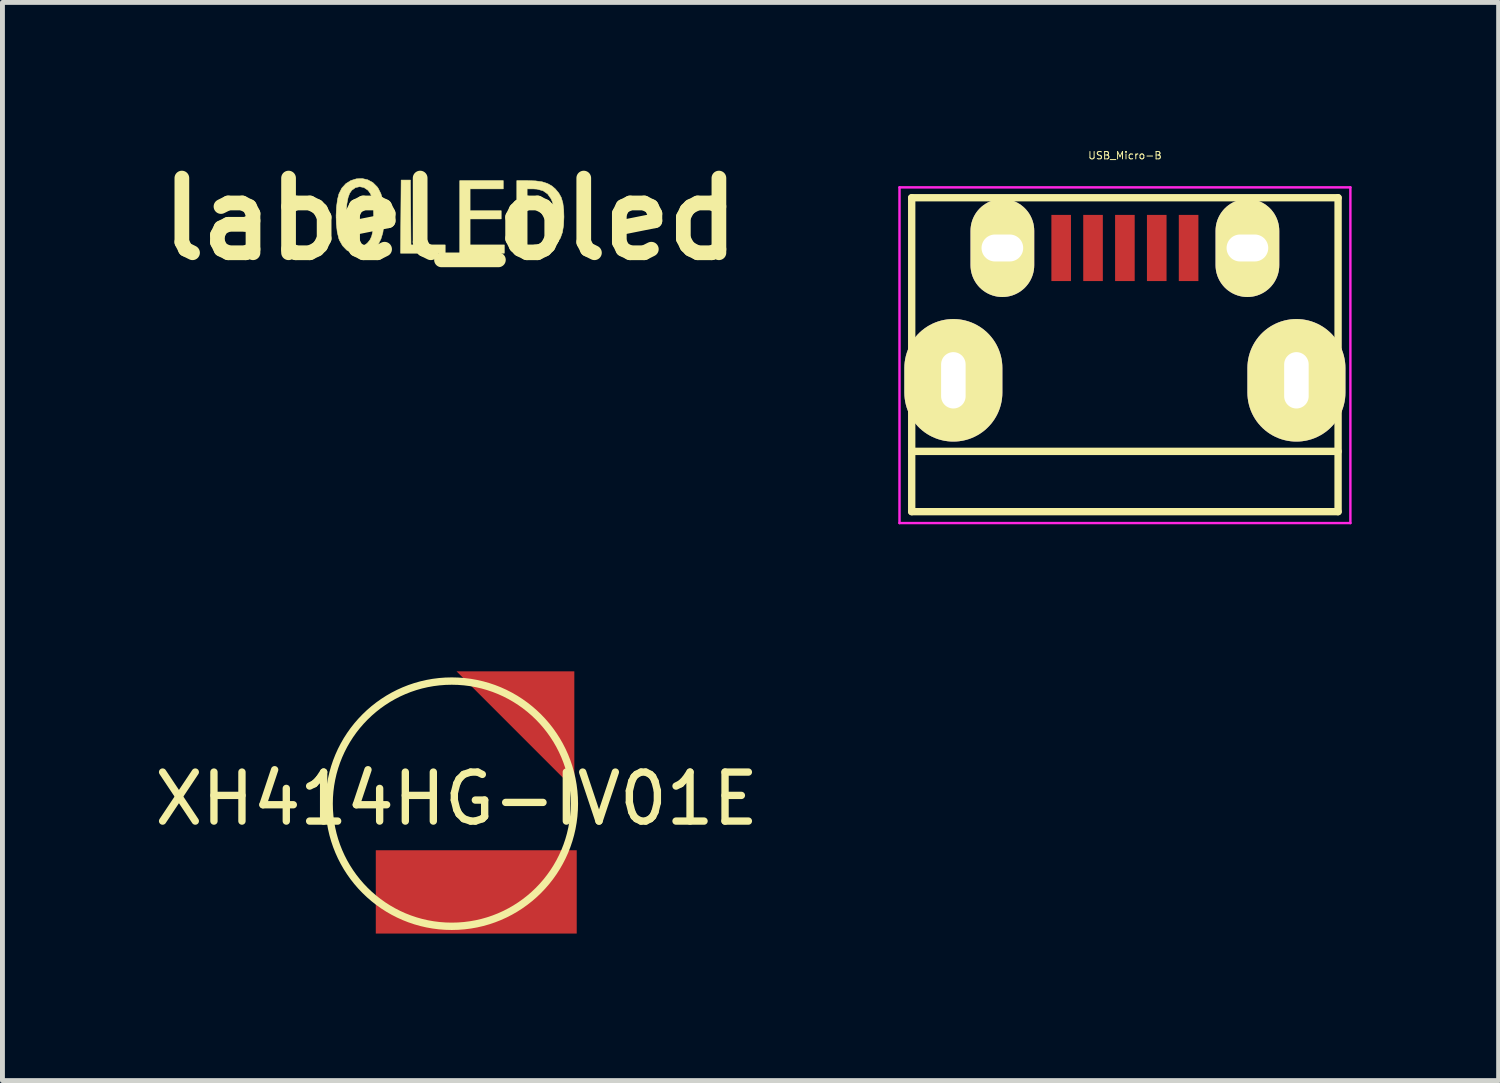
<source format=kicad_pcb>
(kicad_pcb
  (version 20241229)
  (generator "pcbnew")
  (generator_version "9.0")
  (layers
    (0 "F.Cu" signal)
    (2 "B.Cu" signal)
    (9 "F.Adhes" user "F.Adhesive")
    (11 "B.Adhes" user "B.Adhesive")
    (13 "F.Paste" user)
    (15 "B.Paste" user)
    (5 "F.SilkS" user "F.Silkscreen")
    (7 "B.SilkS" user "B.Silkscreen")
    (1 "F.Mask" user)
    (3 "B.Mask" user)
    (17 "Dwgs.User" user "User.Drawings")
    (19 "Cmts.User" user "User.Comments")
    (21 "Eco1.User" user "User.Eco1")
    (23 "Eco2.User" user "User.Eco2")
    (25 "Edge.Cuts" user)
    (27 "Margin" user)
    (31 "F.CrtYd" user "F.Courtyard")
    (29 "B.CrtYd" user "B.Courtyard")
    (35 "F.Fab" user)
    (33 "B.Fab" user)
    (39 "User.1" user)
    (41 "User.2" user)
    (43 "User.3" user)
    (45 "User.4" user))
  (footprint "USB_Micro-B"
    (layer "F.Cu")
    (at 19.904 3.573)
    (property "Reference" "USB_Micro-B" (at 0 -3.45 0) (layer "F.SilkS") (effects (font (size 0.15 0.15) (thickness 0.02))))
    (attr smd)
    (fp_line (start -4.351 -2.588) (end 4.349 -2.588) (stroke (width 0.15) (type solid)) (layer "F.SilkS"))
    (fp_line (start -4.351 3.817) (end -4.351 -2.588) (stroke (width 0.15) (type solid)) (layer "F.SilkS"))
    (fp_line (start -4.351 3.817) (end 4.349 3.817) (stroke (width 0.15) (type solid)) (layer "F.SilkS"))
    (fp_line (start 4.349 -2.588) (end 4.349 3.817) (stroke (width 0.15) (type solid)) (layer "F.SilkS"))
    (fp_line (start 4.349 2.587) (end -4.351 2.587) (stroke (width 0.15) (type solid)) (layer "F.SilkS"))
    (fp_line (start -4.6 -2.8) (end 4.6 -2.8) (stroke (width 0.05) (type solid)) (layer "F.CrtYd"))
    (fp_line (start -4.6 4.05) (end -4.6 -2.8) (stroke (width 0.05) (type solid)) (layer "F.CrtYd"))
    (fp_line (start 4.6 -2.8) (end 4.6 4.05) (stroke (width 0.05) (type solid)) (layer "F.CrtYd"))
    (fp_line (start 4.6 4.05) (end -4.6 4.05) (stroke (width 0.05) (type solid)) (layer "F.CrtYd"))
    (pad "1" smd rect (at -1.301 -1.563 90) (size 1.35 0.4) (layers "F.Cu" "F.Mask" "F.Paste"))
    (pad "2" smd rect (at -0.651 -1.563 90) (size 1.35 0.4) (layers "F.Cu" "F.Mask" "F.Paste"))
    (pad "3" smd rect (at -0.001 -1.563 90) (size 1.35 0.4) (layers "F.Cu" "F.Mask" "F.Paste"))
    (pad "4" smd rect (at 0.649 -1.563 90) (size 1.35 0.4) (layers "F.Cu" "F.Mask" "F.Paste"))
    (pad "5" smd rect (at 1.299 -1.563 90) (size 1.35 0.4) (layers "F.Cu" "F.Mask" "F.Paste"))
    (pad "6" thru_hole oval (at -3.501 1.137 90) (size 2.5 2) (drill oval 1.15 0.5) (layers "*.Cu" "*.Mask" "F.SilkS"))
    (pad "6" thru_hole oval (at -2.501 -1.563 90) (size 2 1.3) (drill oval 0.55 0.85) (layers "*.Cu" "*.Mask" "F.SilkS"))
    (pad "6" thru_hole oval (at 2.499 -1.563 90) (size 2 1.3) (drill oval 0.55 0.85) (layers "*.Cu" "*.Mask" "F.SilkS"))
    (pad "6" thru_hole oval (at 3.499 1.137 90) (size 2.5 2) (drill oval 1.15 0.5) (layers "*.Cu" "*.Mask" "F.SilkS")))
  (footprint "XH414HG-IV01E"
    (layer "F.Cu")
    (at 6.468 13.349)
    (property "Reference" "XH414HG-IV01E" (at -0.2 -0.1 0) (layer "F.SilkS") (effects (font (size 1 1) (thickness 0.15))))
    (attr through_hole)
    (fp_circle (center -0.3 0) (end -0.2 2.5) (stroke (width 0.15) (type solid)) (fill no) (layer "F.SilkS"))
    (pad "1" smd trapezoid (at 1.6 -2.1 315) (size 1.7 1.7) (rect_delta 0 1.7) (layers "F.Cu" "F.Mask" "F.Paste"))
    (pad "2" smd rect (at 0.2 1.8) (size 4.1 1.7) (layers "F.Cu" "F.Mask" "F.Paste")))
  (footprint "label_oled"
    (layer "F.Cu")
    (at 6.14 1.418)
    (property "Reference" "label_oled" (at 0 0 0) (layer "F.SilkS") (effects (font (size 1.524 1.524) (thickness 0.3))))
    (attr through_hole)
    (fp_poly (pts (xy -0.809 -0.132) (xy -0.804 0.529) (xy -0.106 0.529) (xy -0.106 0.699) (xy -1.017 0.699) (xy -1.011 -0.048) (xy -1.005 -0.794) (xy -0.815 -0.794) (xy -0.809 -0.132)) (stroke (width 0.01) (type solid)) (fill yes) (layer "F.SilkS"))
    (fp_poly (pts (xy 1.079 -0.614) (xy 0.402 -0.614) (xy 0.402 -0.169) (xy 1.037 -0.169) (xy 1.037 0) (xy 0.402 0) (xy 0.402 0.529) (xy 1.101 0.529) (xy 1.101 0.699) (xy 0.191 0.699) (xy 0.191 -0.783) (xy 1.079 -0.783) (xy 1.079 -0.614)) (stroke (width 0.01) (type solid)) (fill yes) (layer "F.SilkS"))
    (fp_poly (pts (xy 1.738 -0.777) (xy 1.873 -0.758) (xy 1.982 -0.723) (xy 2.074 -0.671) (xy 2.142 -0.612) (xy 2.212 -0.528) (xy 2.263 -0.436) (xy 2.295 -0.326) (xy 2.312 -0.19) (xy 2.317 -0.042) (xy 2.309 0.131) (xy 2.286 0.272) (xy 2.245 0.387) (xy 2.185 0.484) (xy 2.171 0.501) (xy 2.103 0.57) (xy 2.03 0.621) (xy 1.943 0.656) (xy 1.834 0.678) (xy 1.696 0.691) (xy 1.625 0.694) (xy 1.355 0.704) (xy 1.355 -0.614) (xy 1.566 -0.614) (xy 1.566 0.529) (xy 1.689 0.529) (xy 1.815 0.515) (xy 1.906 0.482) (xy 1.976 0.436) (xy 2.028 0.374) (xy 2.053 0.328) (xy 2.076 0.279) (xy 2.091 0.233) (xy 2.1 0.179) (xy 2.104 0.108) (xy 2.106 0.008) (xy 2.106 -0.042) (xy 2.105 -0.156) (xy 2.102 -0.238) (xy 2.094 -0.298) (xy 2.082 -0.347) (xy 2.062 -0.394) (xy 2.053 -0.413) (xy 1.984 -0.511) (xy 1.89 -0.576) (xy 1.769 -0.609) (xy 1.689 -0.614) (xy 1.566 -0.614) (xy 1.355 -0.614) (xy 1.355 -0.783) (xy 1.57 -0.783) (xy 1.738 -0.777)) (stroke (width 0.01) (type solid)) (fill yes) (layer "F.SilkS"))
    (fp_poly (pts (xy -1.686 -0.799) (xy -1.581 -0.742) (xy -1.492 -0.653) (xy -1.469 -0.618) (xy -1.418 -0.515) (xy -1.383 -0.397) (xy -1.362 -0.256) (xy -1.355 -0.084) (xy -1.355 -0.053) (xy -1.357 0.055) (xy -1.364 0.162) (xy -1.374 0.252) (xy -1.379 0.283) (xy -1.417 0.408) (xy -1.475 0.521) (xy -1.547 0.611) (xy -1.618 0.664) (xy -1.721 0.699) (xy -1.841 0.713) (xy -1.959 0.705) (xy -2.021 0.689) (xy -2.116 0.634) (xy -2.199 0.547) (xy -2.262 0.438) (xy -2.277 0.398) (xy -2.309 0.264) (xy -2.327 0.103) (xy -2.331 -0.027) (xy -2.129 -0.027) (xy -2.122 0.12) (xy -2.12 0.14) (xy -2.097 0.289) (xy -2.065 0.4) (xy -2.02 0.477) (xy -1.959 0.524) (xy -1.88 0.547) (xy -1.834 0.549) (xy -1.77 0.542) (xy -1.717 0.512) (xy -1.683 0.481) (xy -1.639 0.424) (xy -1.606 0.352) (xy -1.584 0.258) (xy -1.571 0.137) (xy -1.566 -0.019) (xy -1.566 -0.053) (xy -1.57 -0.216) (xy -1.581 -0.344) (xy -1.601 -0.442) (xy -1.632 -0.518) (xy -1.674 -0.577) (xy -1.683 -0.587) (xy -1.764 -0.642) (xy -1.852 -0.659) (xy -1.937 -0.64) (xy -2.012 -0.586) (xy -2.056 -0.523) (xy -2.088 -0.435) (xy -2.111 -0.315) (xy -2.125 -0.176) (xy -2.129 -0.027) (xy -2.331 -0.027) (xy -2.332 -0.07) (xy -2.324 -0.242) (xy -2.303 -0.4) (xy -2.275 -0.51) (xy -2.216 -0.629) (xy -2.132 -0.721) (xy -2.031 -0.784) (xy -1.918 -0.819) (xy -1.8 -0.825) (xy -1.686 -0.799)) (stroke (width 0.01) (type solid)) (fill yes) (layer "F.SilkS")))
  (gr_rect
    (start -3 -3)
    (end 27.529 18.999)
    (stroke (width 0.1) (type default))
    (fill no)
    (layer "Edge.Cuts")))
</source>
